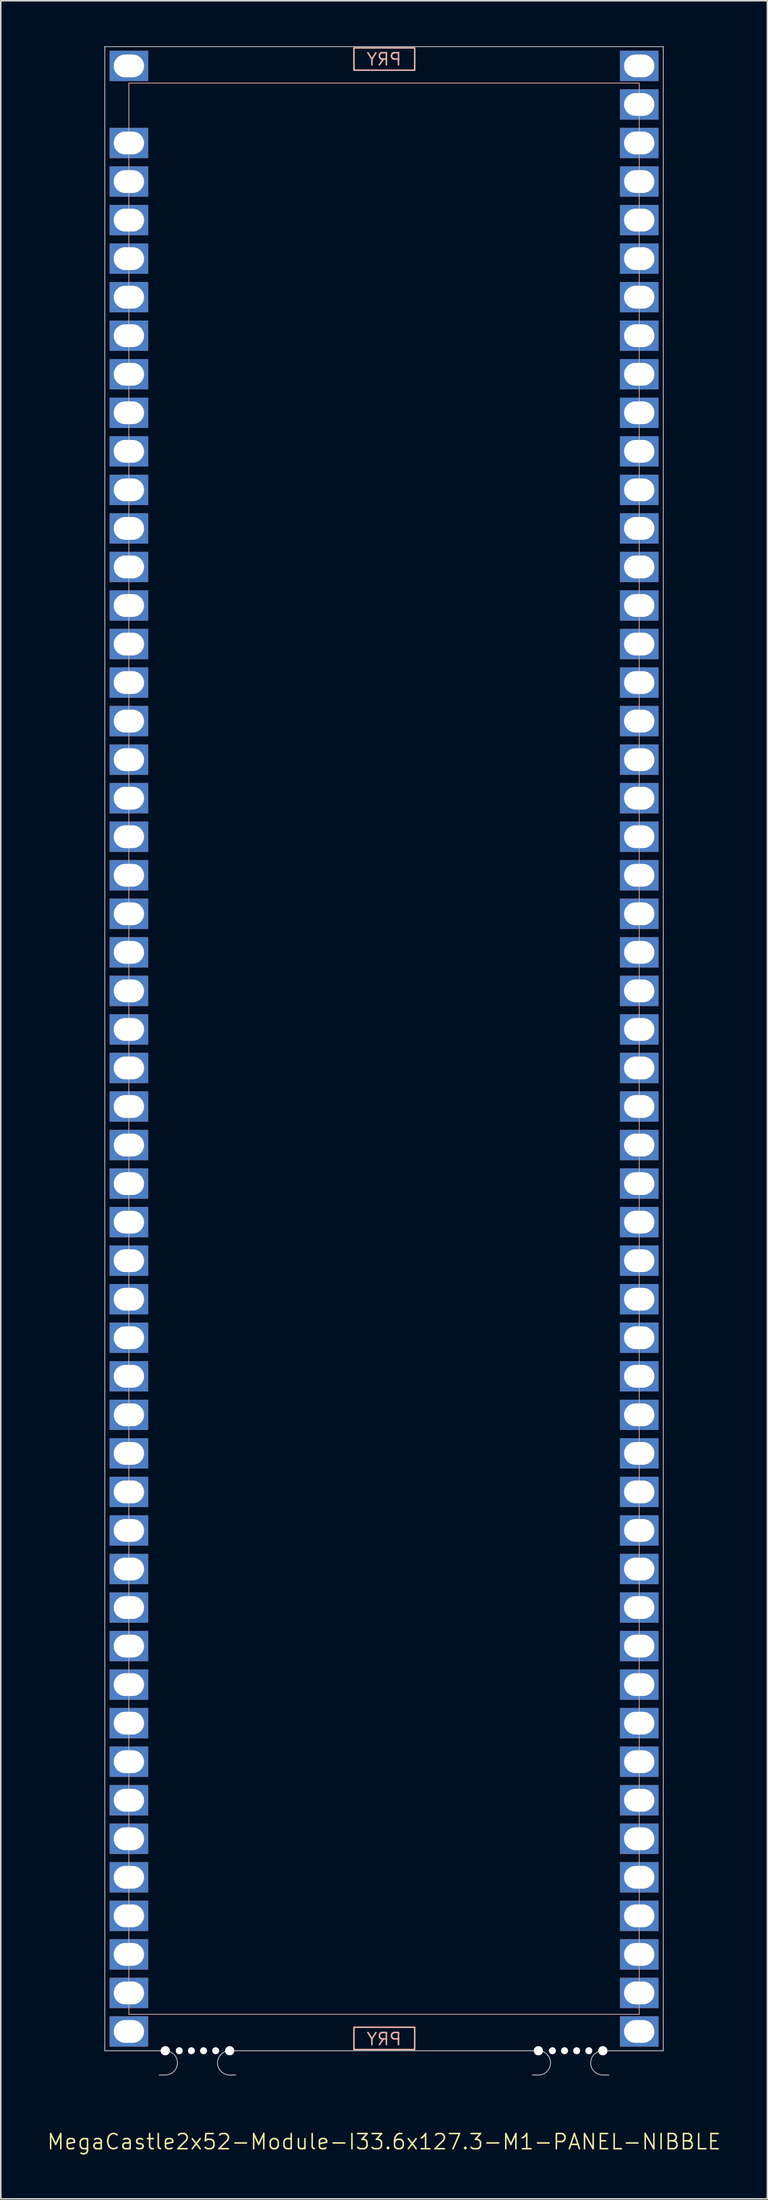
<source format=kicad_pcb>
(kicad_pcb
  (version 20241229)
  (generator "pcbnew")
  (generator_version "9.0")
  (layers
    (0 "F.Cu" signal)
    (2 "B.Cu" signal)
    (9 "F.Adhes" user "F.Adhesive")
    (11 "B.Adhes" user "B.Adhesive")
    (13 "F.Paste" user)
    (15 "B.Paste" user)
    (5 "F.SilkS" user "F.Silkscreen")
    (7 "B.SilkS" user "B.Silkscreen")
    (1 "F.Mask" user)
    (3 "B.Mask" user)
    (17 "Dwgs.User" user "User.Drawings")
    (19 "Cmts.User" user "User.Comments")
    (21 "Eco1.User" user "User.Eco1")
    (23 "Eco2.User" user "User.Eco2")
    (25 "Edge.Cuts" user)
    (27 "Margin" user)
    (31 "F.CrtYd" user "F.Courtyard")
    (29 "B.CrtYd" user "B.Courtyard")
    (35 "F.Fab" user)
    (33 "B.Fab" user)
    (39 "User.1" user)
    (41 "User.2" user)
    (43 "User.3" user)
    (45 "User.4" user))
  (footprint "MegaCastle2x52-Module-I33.6x127.3-M1-PANEL-NIBBLE"
    (layer "F.Cu")
    (at 22.264 66.065)
    (property "Reference" "MegaCastle2x52-Module-I33.6x127.3-M1-PANEL-NIBBLE" (at 0 72.04 0) (unlocked yes) (layer "F.SilkS") (effects (font (size 1 1) (thickness 0.1))))
    (attr smd)
    (fp_rect (start -16.82 63.64) (end 16.82 -63.64) (stroke (width 0.05) (type default)) (fill no) (layer "B.SilkS"))
    (fp_rect (start -1.984 -64.491) (end 2.02 -65.96) (stroke (width 0.1) (type default)) (fill no) (layer "B.SilkS"))
    (fp_rect (start -1.984 64.491) (end 2.02 65.96) (stroke (width 0.1) (type default)) (fill no) (layer "B.SilkS"))
    (fp_line (start -18.407 -66.04) (end -18.407 66.04) (stroke (width 0.05) (type default)) (layer "Edge.Cuts"))
    (fp_line (start -18.407 -66.04) (end 18.407 -66.04) (stroke (width 0.05) (type default)) (layer "Edge.Cuts"))
    (fp_line (start -18.407 66.04) (end -14.82 66.04) (stroke (width 0.05) (type default)) (layer "Edge.Cuts"))
    (fp_line (start -14.82 66.04) (end -14.42 66.04) (stroke (width 0.05) (type default)) (layer "Edge.Cuts"))
    (fp_line (start -14.82 67.64) (end -14.42 67.64) (stroke (width 0.05) (type default)) (layer "Edge.Cuts"))
    (fp_line (start -9.775 66.04) (end -10.175 66.04) (stroke (width 0.05) (type default)) (layer "Edge.Cuts"))
    (fp_line (start -9.775 66.04) (end 9.775 66.04) (stroke (width 0.05) (type default)) (layer "Edge.Cuts"))
    (fp_line (start -9.775 67.64) (end -10.175 67.64) (stroke (width 0.05) (type default)) (layer "Edge.Cuts"))
    (fp_line (start 9.775 66.04) (end 10.175 66.04) (stroke (width 0.05) (type default)) (layer "Edge.Cuts"))
    (fp_line (start 9.775 67.64) (end 10.175 67.64) (stroke (width 0.05) (type default)) (layer "Edge.Cuts"))
    (fp_line (start 14.82 66.04) (end 14.42 66.04) (stroke (width 0.05) (type default)) (layer "Edge.Cuts"))
    (fp_line (start 14.82 66.04) (end 18.407 66.04) (stroke (width 0.05) (type default)) (layer "Edge.Cuts"))
    (fp_line (start 14.82 67.64) (end 14.42 67.64) (stroke (width 0.05) (type default)) (layer "Edge.Cuts"))
    (fp_line (start 18.407 -66.04) (end 18.407 66.04) (stroke (width 0.05) (type default)) (layer "Edge.Cuts"))
    (fp_arc (start -14.42 66.040001) (mid -13.62 66.839996) (end -14.42 67.639999) (stroke (width 0.05) (type default)) (layer "Edge.Cuts"))
    (fp_arc (start -10.174999 67.639999) (mid -10.974999 66.84) (end -10.174999 66.040001) (stroke (width 0.05) (type default)) (layer "Edge.Cuts"))
    (fp_arc (start 10.174999 66.040001) (mid 10.974999 66.839996) (end 10.174999 67.639999) (stroke (width 0.05) (type default)) (layer "Edge.Cuts"))
    (fp_arc (start 14.42 67.639999) (mid 13.620001 66.84) (end 14.42 66.040001) (stroke (width 0.05) (type default)) (layer "Edge.Cuts"))
    (fp_text user "PRY" (at 0 65.74 0) (unlocked yes) (layer "B.SilkS") (effects (font (size 0.8 0.8) (thickness 0.1)) (justify bottom mirror)))
    (fp_text user "PRY" (at 0 -64.74 0) (unlocked yes) (layer "B.SilkS") (effects (font (size 0.8 0.8) (thickness 0.1)) (justify bottom mirror)))
    (pad "" np_thru_hole circle (at -14.42 66.04) (size 0.6 0.6) (drill 0.6) (layers "*.Cu" "Edge.Cuts"))
    (pad "" np_thru_hole circle (at -13.497 66.04) (size 0.45 0.45) (drill 0.45) (layers "*.Cu" "Edge.Cuts"))
    (pad "" np_thru_hole circle (at -12.697 66.04) (size 0.45 0.45) (drill 0.45) (layers "*.Cu" "Edge.Cuts"))
    (pad "" np_thru_hole circle (at -11.898 66.04) (size 0.45 0.45) (drill 0.45) (layers "*.Cu" "Edge.Cuts"))
    (pad "" np_thru_hole circle (at -11.098 66.04) (size 0.45 0.45) (drill 0.45) (layers "*.Cu" "Edge.Cuts"))
    (pad "" np_thru_hole circle (at -10.175 66.04) (size 0.6 0.6) (drill 0.6) (layers "*.Cu" "Edge.Cuts"))
    (pad "" np_thru_hole circle (at 10.175 66.04) (size 0.6 0.6) (drill 0.6) (layers "*.Cu" "Edge.Cuts"))
    (pad "" np_thru_hole circle (at 11.098 66.04) (size 0.45 0.45) (drill 0.45) (layers "*.Cu" "Edge.Cuts"))
    (pad "" np_thru_hole circle (at 11.897 66.04) (size 0.45 0.45) (drill 0.45) (layers "*.Cu" "Edge.Cuts"))
    (pad "" np_thru_hole circle (at 12.697 66.04) (size 0.45 0.45) (drill 0.45) (layers "*.Cu" "Edge.Cuts"))
    (pad "" np_thru_hole circle (at 13.497 66.04) (size 0.45 0.45) (drill 0.45) (layers "*.Cu" "Edge.Cuts"))
    (pad "" np_thru_hole circle (at 14.42 66.04) (size 0.6 0.6) (drill 0.6) (layers "*.Cu" "Edge.Cuts"))
    (pad "1" thru_hole rect (at -16.82 -64.77) (size 2.54 2) (drill oval 2 1.5) (property pad_prop_castellated) (layers "*.Cu" "*.Mask"))
    (pad "3" thru_hole rect (at -16.82 -59.69) (size 2.54 2) (drill oval 2 1.5) (property pad_prop_castellated) (layers "*.Cu" "*.Mask"))
    (pad "4" thru_hole rect (at -16.82 -57.15) (size 2.54 2) (drill oval 2 1.5) (property pad_prop_castellated) (layers "*.Cu" "*.Mask"))
    (pad "5" thru_hole rect (at -16.82 -54.61) (size 2.54 2) (drill oval 2 1.5) (property pad_prop_castellated) (layers "*.Cu" "*.Mask"))
    (pad "6" thru_hole rect (at -16.82 -52.07) (size 2.54 2) (drill oval 2 1.5) (property pad_prop_castellated) (layers "*.Cu" "*.Mask"))
    (pad "7" thru_hole rect (at -16.82 -49.53) (size 2.54 2) (drill oval 2 1.5) (property pad_prop_castellated) (layers "*.Cu" "*.Mask"))
    (pad "8" thru_hole rect (at -16.82 -46.99) (size 2.54 2) (drill oval 2 1.5) (property pad_prop_castellated) (layers "*.Cu" "*.Mask"))
    (pad "9" thru_hole rect (at -16.82 -44.45) (size 2.54 2) (drill oval 2 1.5) (property pad_prop_castellated) (layers "*.Cu" "*.Mask"))
    (pad "10" thru_hole rect (at -16.82 -41.91) (size 2.54 2) (drill oval 2 1.5) (property pad_prop_castellated) (layers "*.Cu" "*.Mask"))
    (pad "11" thru_hole rect (at -16.82 -39.37) (size 2.54 2) (drill oval 2 1.5) (property pad_prop_castellated) (layers "*.Cu" "*.Mask"))
    (pad "12" thru_hole rect (at -16.82 -36.83) (size 2.54 2) (drill oval 2 1.5) (property pad_prop_castellated) (layers "*.Cu" "*.Mask"))
    (pad "13" thru_hole rect (at -16.82 -34.29) (size 2.54 2) (drill oval 2 1.5) (property pad_prop_castellated) (layers "*.Cu" "*.Mask"))
    (pad "14" thru_hole rect (at -16.82 -31.75) (size 2.54 2) (drill oval 2 1.5) (property pad_prop_castellated) (layers "*.Cu" "*.Mask"))
    (pad "15" thru_hole rect (at -16.82 -29.21) (size 2.54 2) (drill oval 2 1.5) (property pad_prop_castellated) (layers "*.Cu" "*.Mask"))
    (pad "16" thru_hole rect (at -16.82 -26.67) (size 2.54 2) (drill oval 2 1.5) (property pad_prop_castellated) (layers "*.Cu" "*.Mask"))
    (pad "17" thru_hole rect (at -16.82 -24.13) (size 2.54 2) (drill oval 2 1.5) (property pad_prop_castellated) (layers "*.Cu" "*.Mask"))
    (pad "18" thru_hole rect (at -16.82 -21.59) (size 2.54 2) (drill oval 2 1.5) (property pad_prop_castellated) (layers "*.Cu" "*.Mask"))
    (pad "19" thru_hole rect (at -16.82 -19.05) (size 2.54 2) (drill oval 2 1.5) (property pad_prop_castellated) (layers "*.Cu" "*.Mask"))
    (pad "20" thru_hole rect (at -16.82 -16.51) (size 2.54 2) (drill oval 2 1.5) (property pad_prop_castellated) (layers "*.Cu" "*.Mask"))
    (pad "21" thru_hole rect (at -16.82 -13.97) (size 2.54 2) (drill oval 2 1.5) (property pad_prop_castellated) (layers "*.Cu" "*.Mask"))
    (pad "22" thru_hole rect (at -16.82 -11.43) (size 2.54 2) (drill oval 2 1.5) (property pad_prop_castellated) (layers "*.Cu" "*.Mask"))
    (pad "23" thru_hole rect (at -16.82 -8.89) (size 2.54 2) (drill oval 2 1.5) (property pad_prop_castellated) (layers "*.Cu" "*.Mask"))
    (pad "24" thru_hole rect (at -16.82 -6.35) (size 2.54 2) (drill oval 2 1.5) (property pad_prop_castellated) (layers "*.Cu" "*.Mask"))
    (pad "25" thru_hole rect (at -16.82 -3.81) (size 2.54 2) (drill oval 2 1.5) (property pad_prop_castellated) (layers "*.Cu" "*.Mask"))
    (pad "26" thru_hole rect (at -16.82 -1.27) (size 2.54 2) (drill oval 2 1.5) (property pad_prop_castellated) (layers "*.Cu" "*.Mask"))
    (pad "27" thru_hole rect (at -16.82 1.27) (size 2.54 2) (drill oval 2 1.5) (property pad_prop_castellated) (layers "*.Cu" "*.Mask"))
    (pad "28" thru_hole rect (at -16.82 3.81) (size 2.54 2) (drill oval 2 1.5) (property pad_prop_castellated) (layers "*.Cu" "*.Mask"))
    (pad "29" thru_hole rect (at -16.82 6.35) (size 2.54 2) (drill oval 2 1.5) (property pad_prop_castellated) (layers "*.Cu" "*.Mask"))
    (pad "30" thru_hole rect (at -16.82 8.89) (size 2.54 2) (drill oval 2 1.5) (property pad_prop_castellated) (layers "*.Cu" "*.Mask"))
    (pad "31" thru_hole rect (at -16.82 11.43) (size 2.54 2) (drill oval 2 1.5) (property pad_prop_castellated) (layers "*.Cu" "*.Mask"))
    (pad "32" thru_hole rect (at -16.82 13.97) (size 2.54 2) (drill oval 2 1.5) (property pad_prop_castellated) (layers "*.Cu" "*.Mask"))
    (pad "33" thru_hole rect (at -16.82 16.51) (size 2.54 2) (drill oval 2 1.5) (property pad_prop_castellated) (layers "*.Cu" "*.Mask"))
    (pad "34" thru_hole rect (at -16.82 19.05) (size 2.54 2) (drill oval 2 1.5) (property pad_prop_castellated) (layers "*.Cu" "*.Mask"))
    (pad "35" thru_hole rect (at -16.82 21.59) (size 2.54 2) (drill oval 2 1.5) (property pad_prop_castellated) (layers "*.Cu" "*.Mask"))
    (pad "36" thru_hole rect (at -16.82 24.13) (size 2.54 2) (drill oval 2 1.5) (property pad_prop_castellated) (layers "*.Cu" "*.Mask"))
    (pad "37" thru_hole rect (at -16.82 26.67) (size 2.54 2) (drill oval 2 1.5) (property pad_prop_castellated) (layers "*.Cu" "*.Mask"))
    (pad "38" thru_hole rect (at -16.82 29.21) (size 2.54 2) (drill oval 2 1.5) (property pad_prop_castellated) (layers "*.Cu" "*.Mask"))
    (pad "39" thru_hole rect (at -16.82 31.75) (size 2.54 2) (drill oval 2 1.5) (property pad_prop_castellated) (layers "*.Cu" "*.Mask"))
    (pad "40" thru_hole rect (at -16.82 34.29) (size 2.54 2) (drill oval 2 1.5) (property pad_prop_castellated) (layers "*.Cu" "*.Mask"))
    (pad "41" thru_hole rect (at -16.82 36.83) (size 2.54 2) (drill oval 2 1.5) (property pad_prop_castellated) (layers "*.Cu" "*.Mask"))
    (pad "42" thru_hole rect (at -16.82 39.37) (size 2.54 2) (drill oval 2 1.5) (property pad_prop_castellated) (layers "*.Cu" "*.Mask"))
    (pad "43" thru_hole rect (at -16.82 41.91) (size 2.54 2) (drill oval 2 1.5) (property pad_prop_castellated) (layers "*.Cu" "*.Mask"))
    (pad "44" thru_hole rect (at -16.82 44.45) (size 2.54 2) (drill oval 2 1.5) (property pad_prop_castellated) (layers "*.Cu" "*.Mask"))
    (pad "45" thru_hole rect (at -16.82 46.99) (size 2.54 2) (drill oval 2 1.5) (property pad_prop_castellated) (layers "*.Cu" "*.Mask"))
    (pad "46" thru_hole rect (at -16.82 49.53) (size 2.54 2) (drill oval 2 1.5) (property pad_prop_castellated) (layers "*.Cu" "*.Mask"))
    (pad "47" thru_hole rect (at -16.82 52.07) (size 2.54 2) (drill oval 2 1.5) (property pad_prop_castellated) (layers "*.Cu" "*.Mask"))
    (pad "48" thru_hole rect (at -16.82 54.61) (size 2.54 2) (drill oval 2 1.5) (property pad_prop_castellated) (layers "*.Cu" "*.Mask"))
    (pad "49" thru_hole rect (at -16.82 57.15) (size 2.54 2) (drill oval 2 1.5) (property pad_prop_castellated) (layers "*.Cu" "*.Mask"))
    (pad "50" thru_hole rect (at -16.82 59.69) (size 2.54 2) (drill oval 2 1.5) (property pad_prop_castellated) (layers "*.Cu" "*.Mask"))
    (pad "51" thru_hole rect (at -16.82 62.23) (size 2.54 2) (drill oval 2 1.5) (property pad_prop_castellated) (layers "*.Cu" "*.Mask"))
    (pad "52" thru_hole rect (at -16.82 64.77) (size 2.54 2) (drill oval 2 1.5) (property pad_prop_castellated) (layers "*.Cu" "*.Mask"))
    (pad "53" thru_hole rect (at 16.82 -64.77) (size 2.54 2) (drill oval 2 1.5) (property pad_prop_castellated) (layers "*.Cu" "*.Mask"))
    (pad "54" thru_hole rect (at 16.82 -62.23) (size 2.54 2) (drill oval 2 1.5) (property pad_prop_castellated) (layers "*.Cu" "*.Mask"))
    (pad "55" thru_hole rect (at 16.82 -59.69) (size 2.54 2) (drill oval 2 1.5) (property pad_prop_castellated) (layers "*.Cu" "*.Mask"))
    (pad "56" thru_hole rect (at 16.82 -57.15) (size 2.54 2) (drill oval 2 1.5) (property pad_prop_castellated) (layers "*.Cu" "*.Mask"))
    (pad "57" thru_hole rect (at 16.82 -54.61) (size 2.54 2) (drill oval 2 1.5) (property pad_prop_castellated) (layers "*.Cu" "*.Mask"))
    (pad "58" thru_hole rect (at 16.82 -52.07) (size 2.54 2) (drill oval 2 1.5) (property pad_prop_castellated) (layers "*.Cu" "*.Mask"))
    (pad "59" thru_hole rect (at 16.82 -49.53) (size 2.54 2) (drill oval 2 1.5) (property pad_prop_castellated) (layers "*.Cu" "*.Mask"))
    (pad "60" thru_hole rect (at 16.82 -46.99) (size 2.54 2) (drill oval 2 1.5) (property pad_prop_castellated) (layers "*.Cu" "*.Mask"))
    (pad "61" thru_hole rect (at 16.82 -44.45) (size 2.54 2) (drill oval 2 1.5) (property pad_prop_castellated) (layers "*.Cu" "*.Mask"))
    (pad "62" thru_hole rect (at 16.82 -41.91) (size 2.54 2) (drill oval 2 1.5) (property pad_prop_castellated) (layers "*.Cu" "*.Mask"))
    (pad "63" thru_hole rect (at 16.82 -39.37) (size 2.54 2) (drill oval 2 1.5) (property pad_prop_castellated) (layers "*.Cu" "*.Mask"))
    (pad "64" thru_hole rect (at 16.82 -36.83) (size 2.54 2) (drill oval 2 1.5) (property pad_prop_castellated) (layers "*.Cu" "*.Mask"))
    (pad "65" thru_hole rect (at 16.82 -34.29) (size 2.54 2) (drill oval 2 1.5) (property pad_prop_castellated) (layers "*.Cu" "*.Mask"))
    (pad "66" thru_hole rect (at 16.82 -31.75) (size 2.54 2) (drill oval 2 1.5) (property pad_prop_castellated) (layers "*.Cu" "*.Mask"))
    (pad "67" thru_hole rect (at 16.82 -29.21) (size 2.54 2) (drill oval 2 1.5) (property pad_prop_castellated) (layers "*.Cu" "*.Mask"))
    (pad "68" thru_hole rect (at 16.82 -26.67) (size 2.54 2) (drill oval 2 1.5) (property pad_prop_castellated) (layers "*.Cu" "*.Mask"))
    (pad "69" thru_hole rect (at 16.82 -24.13) (size 2.54 2) (drill oval 2 1.5) (property pad_prop_castellated) (layers "*.Cu" "*.Mask"))
    (pad "70" thru_hole rect (at 16.82 -21.59) (size 2.54 2) (drill oval 2 1.5) (property pad_prop_castellated) (layers "*.Cu" "*.Mask"))
    (pad "71" thru_hole rect (at 16.82 -19.05) (size 2.54 2) (drill oval 2 1.5) (property pad_prop_castellated) (layers "*.Cu" "*.Mask"))
    (pad "72" thru_hole rect (at 16.82 -16.51) (size 2.54 2) (drill oval 2 1.5) (property pad_prop_castellated) (layers "*.Cu" "*.Mask"))
    (pad "73" thru_hole rect (at 16.82 -13.97) (size 2.54 2) (drill oval 2 1.5) (property pad_prop_castellated) (layers "*.Cu" "*.Mask"))
    (pad "74" thru_hole rect (at 16.82 -11.43) (size 2.54 2) (drill oval 2 1.5) (property pad_prop_castellated) (layers "*.Cu" "*.Mask"))
    (pad "75" thru_hole rect (at 16.82 -8.89) (size 2.54 2) (drill oval 2 1.5) (property pad_prop_castellated) (layers "*.Cu" "*.Mask"))
    (pad "76" thru_hole rect (at 16.82 -6.35) (size 2.54 2) (drill oval 2 1.5) (property pad_prop_castellated) (layers "*.Cu" "*.Mask"))
    (pad "77" thru_hole rect (at 16.82 -3.81) (size 2.54 2) (drill oval 2 1.5) (property pad_prop_castellated) (layers "*.Cu" "*.Mask"))
    (pad "78" thru_hole rect (at 16.82 -1.27) (size 2.54 2) (drill oval 2 1.5) (property pad_prop_castellated) (layers "*.Cu" "*.Mask"))
    (pad "79" thru_hole rect (at 16.82 1.27) (size 2.54 2) (drill oval 2 1.5) (property pad_prop_castellated) (layers "*.Cu" "*.Mask"))
    (pad "80" thru_hole rect (at 16.82 3.81) (size 2.54 2) (drill oval 2 1.5) (property pad_prop_castellated) (layers "*.Cu" "*.Mask"))
    (pad "81" thru_hole rect (at 16.82 6.35) (size 2.54 2) (drill oval 2 1.5) (property pad_prop_castellated) (layers "*.Cu" "*.Mask"))
    (pad "82" thru_hole rect (at 16.82 8.89) (size 2.54 2) (drill oval 2 1.5) (property pad_prop_castellated) (layers "*.Cu" "*.Mask"))
    (pad "83" thru_hole rect (at 16.82 11.43) (size 2.54 2) (drill oval 2 1.5) (property pad_prop_castellated) (layers "*.Cu" "*.Mask"))
    (pad "84" thru_hole rect (at 16.82 13.97) (size 2.54 2) (drill oval 2 1.5) (property pad_prop_castellated) (layers "*.Cu" "*.Mask"))
    (pad "85" thru_hole rect (at 16.82 16.51) (size 2.54 2) (drill oval 2 1.5) (property pad_prop_castellated) (layers "*.Cu" "*.Mask"))
    (pad "86" thru_hole rect (at 16.82 19.05) (size 2.54 2) (drill oval 2 1.5) (property pad_prop_castellated) (layers "*.Cu" "*.Mask"))
    (pad "87" thru_hole rect (at 16.82 21.59) (size 2.54 2) (drill oval 2 1.5) (property pad_prop_castellated) (layers "*.Cu" "*.Mask"))
    (pad "88" thru_hole rect (at 16.82 24.13) (size 2.54 2) (drill oval 2 1.5) (property pad_prop_castellated) (layers "*.Cu" "*.Mask"))
    (pad "89" thru_hole rect (at 16.82 26.67) (size 2.54 2) (drill oval 2 1.5) (property pad_prop_castellated) (layers "*.Cu" "*.Mask"))
    (pad "90" thru_hole rect (at 16.82 29.21) (size 2.54 2) (drill oval 2 1.5) (property pad_prop_castellated) (layers "*.Cu" "*.Mask"))
    (pad "91" thru_hole rect (at 16.82 31.75) (size 2.54 2) (drill oval 2 1.5) (property pad_prop_castellated) (layers "*.Cu" "*.Mask"))
    (pad "92" thru_hole rect (at 16.82 34.29) (size 2.54 2) (drill oval 2 1.5) (property pad_prop_castellated) (layers "*.Cu" "*.Mask"))
    (pad "93" thru_hole rect (at 16.82 36.83) (size 2.54 2) (drill oval 2 1.5) (property pad_prop_castellated) (layers "*.Cu" "*.Mask"))
    (pad "94" thru_hole rect (at 16.82 39.37) (size 2.54 2) (drill oval 2 1.5) (property pad_prop_castellated) (layers "*.Cu" "*.Mask"))
    (pad "95" thru_hole rect (at 16.82 41.91) (size 2.54 2) (drill oval 2 1.5) (property pad_prop_castellated) (layers "*.Cu" "*.Mask"))
    (pad "96" thru_hole rect (at 16.82 44.45) (size 2.54 2) (drill oval 2 1.5) (property pad_prop_castellated) (layers "*.Cu" "*.Mask"))
    (pad "97" thru_hole rect (at 16.82 46.99) (size 2.54 2) (drill oval 2 1.5) (property pad_prop_castellated) (layers "*.Cu" "*.Mask"))
    (pad "98" thru_hole rect (at 16.82 49.53) (size 2.54 2) (drill oval 2 1.5) (property pad_prop_castellated) (layers "*.Cu" "*.Mask"))
    (pad "99" thru_hole rect (at 16.82 52.07) (size 2.54 2) (drill oval 2 1.5) (property pad_prop_castellated) (layers "*.Cu" "*.Mask"))
    (pad "100" thru_hole rect (at 16.82 54.61) (size 2.54 2) (drill oval 2 1.5) (property pad_prop_castellated) (layers "*.Cu" "*.Mask"))
    (pad "101" thru_hole rect (at 16.82 57.15) (size 2.54 2) (drill oval 2 1.5) (property pad_prop_castellated) (layers "*.Cu" "*.Mask"))
    (pad "102" thru_hole rect (at 16.82 59.69) (size 2.54 2) (drill oval 2 1.5) (property pad_prop_castellated) (layers "*.Cu" "*.Mask"))
    (pad "103" thru_hole rect (at 16.82 62.23) (size 2.54 2) (drill oval 2 1.5) (property pad_prop_castellated) (layers "*.Cu" "*.Mask"))
    (pad "104" thru_hole rect (at 16.82 64.77) (size 2.54 2) (drill oval 2 1.5) (property pad_prop_castellated) (layers "*.Cu" "*.Mask"))
    (zone (net_name "") (layer "B.Cu") (hatch edge 0.5) (connect_pads) (min_thickness 0.25) (filled_areas_thickness no) (keepout (tracks allowed) (vias allowed) (pads allowed) (copperpour allowed) (footprints not_allowed)) (placement (enabled no)) (fill) (polygon (pts (xy 5.444 132.105) (xy 5.444 0.025))))
    (zone (net_name "") (layer "B.Cu") (hatch edge 0.5) (connect_pads) (min_thickness 0.25) (filled_areas_thickness no) (keepout (tracks allowed) (vias allowed) (pads allowed) (copperpour allowed) (footprints not_allowed)) (placement (enabled no)) (fill) (polygon (pts (xy 39.084 132.105) (xy 39.084 0.025))))
    (zone (net_name "") (layer "B.Cu") (hatch edge 0.5) (connect_pads) (min_thickness 0.25) (filled_areas_thickness no) (keepout (tracks allowed) (vias allowed) (pads allowed) (copperpour allowed) (footprints not_allowed)) (placement (enabled no)) (fill) (polygon (pts (xy 5.444 0.025) (xy 5.444 2.425) (xy 39.084 2.425) (xy 39.084 0.025))))
    (zone (net_name "") (layer "B.Cu") (hatch edge 0.5) (connect_pads) (min_thickness 0.25) (filled_areas_thickness no) (keepout (tracks allowed) (vias allowed) (pads allowed) (copperpour allowed) (footprints not_allowed)) (placement (enabled no)) (fill) (polygon (pts (xy 5.444 132.105) (xy 5.444 129.705) (xy 39.084 129.705) (xy 39.084 132.105))))
    (zone (net_name "") (layer "B.Cu") (name "Upper Pry Zone") (hatch edge 0.5) (connect_pads) (min_thickness 0.25) (filled_areas_thickness no) (keepout (tracks not_allowed) (vias not_allowed) (pads not_allowed) (copperpour allowed) (footprints not_allowed)) (placement (enabled no)) (fill) (polygon (pts (xy 20.28 1.574) (xy 20.28 0.105) (xy 24.284 0.105) (xy 24.284 1.574))))
    (zone (net_name "") (layer "B.Cu") (name "Upper Pry Zone") (hatch edge 0.5) (connect_pads) (min_thickness 0.25) (filled_areas_thickness no) (keepout (tracks not_allowed) (vias not_allowed) (pads not_allowed) (copperpour allowed) (footprints not_allowed)) (placement (enabled no)) (fill) (polygon (pts (xy 20.28 130.556) (xy 20.28 132.025) (xy 24.284 132.025) (xy 24.284 130.556)))))
  (gr_rect
    (start -3 -3)
    (end 47.529 141.866)
    (stroke (width 0.1) (type default))
    (fill no)
    (layer "Edge.Cuts")))
</source>
